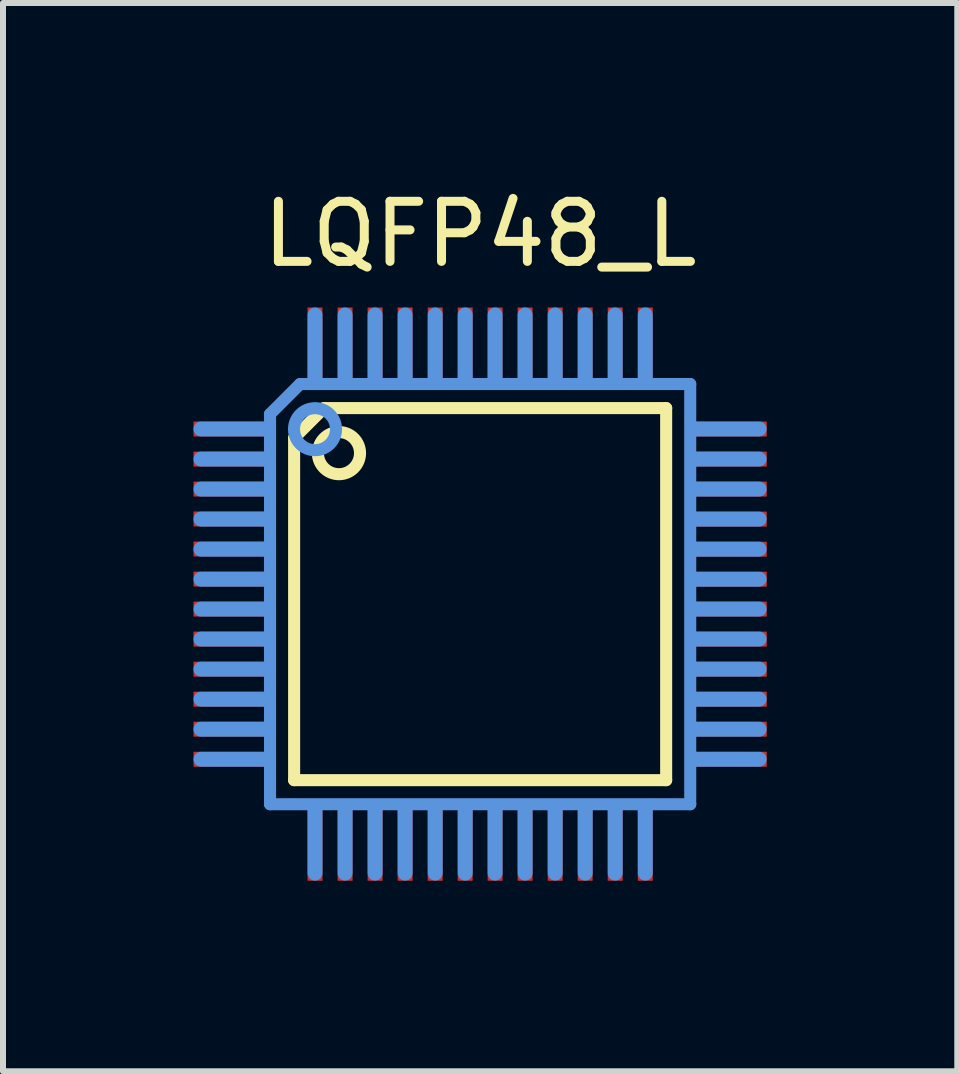
<source format=kicad_pcb>
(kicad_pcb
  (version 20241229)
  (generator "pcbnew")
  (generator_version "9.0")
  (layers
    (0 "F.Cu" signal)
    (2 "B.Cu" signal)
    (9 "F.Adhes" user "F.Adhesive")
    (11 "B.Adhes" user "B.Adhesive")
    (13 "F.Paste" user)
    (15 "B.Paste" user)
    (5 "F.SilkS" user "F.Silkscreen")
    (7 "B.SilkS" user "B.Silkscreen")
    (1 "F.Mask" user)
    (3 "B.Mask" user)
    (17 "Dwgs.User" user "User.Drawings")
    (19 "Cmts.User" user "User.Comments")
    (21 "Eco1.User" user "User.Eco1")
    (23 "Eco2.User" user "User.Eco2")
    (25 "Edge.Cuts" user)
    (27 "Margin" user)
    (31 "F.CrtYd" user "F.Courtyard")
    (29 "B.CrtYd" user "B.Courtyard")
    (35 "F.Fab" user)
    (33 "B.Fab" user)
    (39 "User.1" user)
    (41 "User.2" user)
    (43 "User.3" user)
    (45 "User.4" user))
  (footprint "LQFP48_L"
    (layer "F.Cu")
    (at 4.949 6.848)
    (property "Reference" "LQFP48_L" (at 0 -5.999 0) (layer "F.SilkS") (effects (font (size 1.001 1.001) (thickness 0.15))))
    (attr through_hole)
    (fp_line (start -3.099 -2.601) (end -3.099 3.099) (stroke (width 0.201) (type solid)) (layer "F.SilkS"))
    (fp_line (start -3.099 3.099) (end 3.099 3.099) (stroke (width 0.201) (type solid)) (layer "F.SilkS"))
    (fp_line (start -2.601 -3.099) (end -3.099 -2.601) (stroke (width 0.201) (type solid)) (layer "F.SilkS"))
    (fp_line (start 3.099 -3.099) (end -2.601 -3.099) (stroke (width 0.201) (type solid)) (layer "F.SilkS"))
    (fp_line (start 3.099 3.099) (end 3.099 -3.099) (stroke (width 0.201) (type solid)) (layer "F.SilkS"))
    (fp_circle (center -2.352 -2.349) (end -2.703 -2.349) (stroke (width 0.201) (type solid)) (fill no) (layer "F.SilkS"))
    (fp_line (start -3.551 -2.751) (end -4.651 -2.751) (stroke (width 0.249) (type solid)) (layer "Cmts.User"))
    (fp_line (start -3.551 -2.25) (end -4.651 -2.25) (stroke (width 0.249) (type solid)) (layer "Cmts.User"))
    (fp_line (start -3.551 -1.75) (end -4.651 -1.75) (stroke (width 0.249) (type solid)) (layer "Cmts.User"))
    (fp_line (start -3.551 -1.25) (end -4.651 -1.25) (stroke (width 0.249) (type solid)) (layer "Cmts.User"))
    (fp_line (start -3.551 -0.749) (end -4.651 -0.749) (stroke (width 0.249) (type solid)) (layer "Cmts.User"))
    (fp_line (start -3.551 -0.249) (end -4.651 -0.249) (stroke (width 0.249) (type solid)) (layer "Cmts.User"))
    (fp_line (start -3.551 0.249) (end -4.651 0.249) (stroke (width 0.249) (type solid)) (layer "Cmts.User"))
    (fp_line (start -3.551 0.749) (end -4.651 0.749) (stroke (width 0.249) (type solid)) (layer "Cmts.User"))
    (fp_line (start -3.551 1.25) (end -4.651 1.25) (stroke (width 0.249) (type solid)) (layer "Cmts.User"))
    (fp_line (start -3.551 1.75) (end -4.651 1.75) (stroke (width 0.249) (type solid)) (layer "Cmts.User"))
    (fp_line (start -3.551 2.25) (end -4.651 2.25) (stroke (width 0.249) (type solid)) (layer "Cmts.User"))
    (fp_line (start -3.551 2.751) (end -4.651 2.751) (stroke (width 0.249) (type solid)) (layer "Cmts.User"))
    (fp_line (start -3.5 -3) (end -3.5 3.5) (stroke (width 0.201) (type solid)) (layer "Cmts.User"))
    (fp_line (start -3.5 3.5) (end 3.5 3.5) (stroke (width 0.201) (type solid)) (layer "Cmts.User"))
    (fp_line (start -3 -3.5) (end -3.5 -3) (stroke (width 0.201) (type solid)) (layer "Cmts.User"))
    (fp_line (start -2.751 -3.551) (end -2.751 -4.651) (stroke (width 0.249) (type solid)) (layer "Cmts.User"))
    (fp_line (start -2.751 4.648) (end -2.751 3.548) (stroke (width 0.249) (type solid)) (layer "Cmts.User"))
    (fp_line (start -2.25 -3.551) (end -2.25 -4.651) (stroke (width 0.249) (type solid)) (layer "Cmts.User"))
    (fp_line (start -2.25 4.648) (end -2.25 3.548) (stroke (width 0.249) (type solid)) (layer "Cmts.User"))
    (fp_line (start -1.75 -3.551) (end -1.75 -4.651) (stroke (width 0.249) (type solid)) (layer "Cmts.User"))
    (fp_line (start -1.75 4.648) (end -1.75 3.548) (stroke (width 0.249) (type solid)) (layer "Cmts.User"))
    (fp_line (start -1.25 -3.551) (end -1.25 -4.651) (stroke (width 0.249) (type solid)) (layer "Cmts.User"))
    (fp_line (start -1.25 4.648) (end -1.25 3.548) (stroke (width 0.249) (type solid)) (layer "Cmts.User"))
    (fp_line (start -0.749 -3.551) (end -0.749 -4.651) (stroke (width 0.249) (type solid)) (layer "Cmts.User"))
    (fp_line (start -0.749 4.648) (end -0.749 3.548) (stroke (width 0.249) (type solid)) (layer "Cmts.User"))
    (fp_line (start -0.249 -3.551) (end -0.249 -4.651) (stroke (width 0.249) (type solid)) (layer "Cmts.User"))
    (fp_line (start -0.249 4.648) (end -0.249 3.548) (stroke (width 0.249) (type solid)) (layer "Cmts.User"))
    (fp_line (start 0.249 -3.551) (end 0.249 -4.651) (stroke (width 0.249) (type solid)) (layer "Cmts.User"))
    (fp_line (start 0.249 4.648) (end 0.249 3.548) (stroke (width 0.249) (type solid)) (layer "Cmts.User"))
    (fp_line (start 0.749 -3.551) (end 0.749 -4.651) (stroke (width 0.249) (type solid)) (layer "Cmts.User"))
    (fp_line (start 0.749 4.648) (end 0.749 3.548) (stroke (width 0.249) (type solid)) (layer "Cmts.User"))
    (fp_line (start 1.25 -3.551) (end 1.25 -4.651) (stroke (width 0.249) (type solid)) (layer "Cmts.User"))
    (fp_line (start 1.25 4.648) (end 1.25 3.548) (stroke (width 0.249) (type solid)) (layer "Cmts.User"))
    (fp_line (start 1.75 -3.551) (end 1.75 -4.651) (stroke (width 0.249) (type solid)) (layer "Cmts.User"))
    (fp_line (start 1.75 4.648) (end 1.75 3.548) (stroke (width 0.249) (type solid)) (layer "Cmts.User"))
    (fp_line (start 2.25 -3.551) (end 2.25 -4.651) (stroke (width 0.249) (type solid)) (layer "Cmts.User"))
    (fp_line (start 2.25 4.648) (end 2.25 3.548) (stroke (width 0.249) (type solid)) (layer "Cmts.User"))
    (fp_line (start 2.751 -3.551) (end 2.751 -4.651) (stroke (width 0.249) (type solid)) (layer "Cmts.User"))
    (fp_line (start 2.751 4.648) (end 2.751 3.548) (stroke (width 0.249) (type solid)) (layer "Cmts.User"))
    (fp_line (start 3.5 -3.5) (end -3 -3.5) (stroke (width 0.201) (type solid)) (layer "Cmts.User"))
    (fp_line (start 3.5 3.5) (end 3.5 -3.5) (stroke (width 0.201) (type solid)) (layer "Cmts.User"))
    (fp_line (start 4.648 -2.751) (end 3.548 -2.751) (stroke (width 0.249) (type solid)) (layer "Cmts.User"))
    (fp_line (start 4.648 -2.25) (end 3.548 -2.25) (stroke (width 0.249) (type solid)) (layer "Cmts.User"))
    (fp_line (start 4.648 -1.75) (end 3.548 -1.75) (stroke (width 0.249) (type solid)) (layer "Cmts.User"))
    (fp_line (start 4.648 -1.25) (end 3.548 -1.25) (stroke (width 0.249) (type solid)) (layer "Cmts.User"))
    (fp_line (start 4.648 -0.749) (end 3.548 -0.749) (stroke (width 0.249) (type solid)) (layer "Cmts.User"))
    (fp_line (start 4.648 -0.249) (end 3.548 -0.249) (stroke (width 0.249) (type solid)) (layer "Cmts.User"))
    (fp_line (start 4.648 0.249) (end 3.548 0.249) (stroke (width 0.249) (type solid)) (layer "Cmts.User"))
    (fp_line (start 4.648 0.749) (end 3.548 0.749) (stroke (width 0.249) (type solid)) (layer "Cmts.User"))
    (fp_line (start 4.648 1.25) (end 3.548 1.25) (stroke (width 0.249) (type solid)) (layer "Cmts.User"))
    (fp_line (start 4.648 1.75) (end 3.548 1.75) (stroke (width 0.249) (type solid)) (layer "Cmts.User"))
    (fp_line (start 4.648 2.25) (end 3.548 2.25) (stroke (width 0.249) (type solid)) (layer "Cmts.User"))
    (fp_line (start 4.648 2.751) (end 3.548 2.751) (stroke (width 0.249) (type solid)) (layer "Cmts.User"))
    (fp_circle (center -2.751 -2.748) (end -3.101 -2.748) (stroke (width 0.201) (type solid)) (fill no) (layer "Cmts.User"))
    (fp_line (start -4.9 -4.9) (end -4.9 4.9) (stroke (width 0.099) (type solid)) (layer "Eco1.User"))
    (fp_line (start -4.9 4.9) (end 4.9 4.9) (stroke (width 0.099) (type solid)) (layer "Eco1.User"))
    (fp_line (start 4.9 -4.9) (end -4.9 -4.9) (stroke (width 0.099) (type solid)) (layer "Eco1.User"))
    (fp_line (start 4.9 4.9) (end 4.9 -4.9) (stroke (width 0.099) (type solid)) (layer "Eco1.User"))
    (pad "1" smd rect (at -4.15 -2.751) (size 1.25 0.249) (layers "F.Cu" "F.Mask" "F.Paste"))
    (pad "2" smd rect (at -4.15 -2.25) (size 1.25 0.249) (layers "F.Cu" "F.Mask" "F.Paste"))
    (pad "3" smd rect (at -4.15 -1.75) (size 1.25 0.249) (layers "F.Cu" "F.Mask" "F.Paste"))
    (pad "4" smd rect (at -4.15 -1.252) (size 1.25 0.249) (layers "F.Cu" "F.Mask" "F.Paste"))
    (pad "5" smd rect (at -4.15 -0.752) (size 1.25 0.249) (layers "F.Cu" "F.Mask" "F.Paste"))
    (pad "6" smd rect (at -4.15 -0.251) (size 1.25 0.249) (layers "F.Cu" "F.Mask" "F.Paste"))
    (pad "7" smd rect (at -4.15 0.249) (size 1.25 0.249) (layers "F.Cu" "F.Mask" "F.Paste"))
    (pad "8" smd rect (at -4.15 0.749) (size 1.25 0.249) (layers "F.Cu" "F.Mask" "F.Paste"))
    (pad "9" smd rect (at -4.15 1.25) (size 1.25 0.249) (layers "F.Cu" "F.Mask" "F.Paste"))
    (pad "10" smd rect (at -4.15 1.75) (size 1.25 0.249) (layers "F.Cu" "F.Mask" "F.Paste"))
    (pad "11" smd rect (at -4.15 2.25) (size 1.25 0.249) (layers "F.Cu" "F.Mask" "F.Paste"))
    (pad "12" smd rect (at -4.15 2.751) (size 1.25 0.249) (layers "F.Cu" "F.Mask" "F.Paste"))
    (pad "13" smd rect (at -2.751 4.15 90) (size 1.25 0.249) (layers "F.Cu" "F.Mask" "F.Paste"))
    (pad "14" smd rect (at -2.25 4.15 90) (size 1.25 0.249) (layers "F.Cu" "F.Mask" "F.Paste"))
    (pad "15" smd rect (at -1.75 4.15 90) (size 1.25 0.249) (layers "F.Cu" "F.Mask" "F.Paste"))
    (pad "16" smd rect (at -1.25 4.15 90) (size 1.25 0.249) (layers "F.Cu" "F.Mask" "F.Paste"))
    (pad "17" smd rect (at -0.749 4.15 90) (size 1.25 0.249) (layers "F.Cu" "F.Mask" "F.Paste"))
    (pad "18" smd rect (at -0.249 4.15 90) (size 1.25 0.249) (layers "F.Cu" "F.Mask" "F.Paste"))
    (pad "19" smd rect (at 0.249 4.15 90) (size 1.25 0.249) (layers "F.Cu" "F.Mask" "F.Paste"))
    (pad "20" smd rect (at 0.749 4.15 90) (size 1.25 0.249) (layers "F.Cu" "F.Mask" "F.Paste"))
    (pad "21" smd rect (at 1.25 4.15 90) (size 1.25 0.249) (layers "F.Cu" "F.Mask" "F.Paste"))
    (pad "22" smd rect (at 1.75 4.15 90) (size 1.25 0.249) (layers "F.Cu" "F.Mask" "F.Paste"))
    (pad "23" smd rect (at 2.25 4.15 90) (size 1.25 0.249) (layers "F.Cu" "F.Mask" "F.Paste"))
    (pad "24" smd rect (at 2.751 4.15 90) (size 1.25 0.249) (layers "F.Cu" "F.Mask" "F.Paste"))
    (pad "25" smd rect (at 4.15 2.751 180) (size 1.25 0.249) (layers "F.Cu" "F.Mask" "F.Paste"))
    (pad "26" smd rect (at 4.15 2.25 180) (size 1.25 0.249) (layers "F.Cu" "F.Mask" "F.Paste"))
    (pad "27" smd rect (at 4.15 1.75 180) (size 1.25 0.249) (layers "F.Cu" "F.Mask" "F.Paste"))
    (pad "28" smd rect (at 4.15 1.25 180) (size 1.25 0.249) (layers "F.Cu" "F.Mask" "F.Paste"))
    (pad "29" smd rect (at 4.15 0.749 180) (size 1.25 0.249) (layers "F.Cu" "F.Mask" "F.Paste"))
    (pad "30" smd rect (at 4.15 0.249 180) (size 1.25 0.249) (layers "F.Cu" "F.Mask" "F.Paste"))
    (pad "31" smd rect (at 4.15 -0.249 180) (size 1.25 0.249) (layers "F.Cu" "F.Mask" "F.Paste"))
    (pad "32" smd rect (at 4.15 -0.749 180) (size 1.25 0.249) (layers "F.Cu" "F.Mask" "F.Paste"))
    (pad "33" smd rect (at 4.15 -1.25 180) (size 1.25 0.249) (layers "F.Cu" "F.Mask" "F.Paste"))
    (pad "34" smd rect (at 4.15 -1.75 180) (size 1.25 0.249) (layers "F.Cu" "F.Mask" "F.Paste"))
    (pad "35" smd rect (at 4.15 -2.25 180) (size 1.25 0.249) (layers "F.Cu" "F.Mask" "F.Paste"))
    (pad "36" smd rect (at 4.15 -2.751 180) (size 1.25 0.249) (layers "F.Cu" "F.Mask" "F.Paste"))
    (pad "37" smd rect (at 2.751 -4.15 270) (size 1.25 0.249) (layers "F.Cu" "F.Mask" "F.Paste"))
    (pad "38" smd rect (at 2.25 -4.15 270) (size 1.25 0.249) (layers "F.Cu" "F.Mask" "F.Paste"))
    (pad "39" smd rect (at 1.75 -4.15 270) (size 1.25 0.249) (layers "F.Cu" "F.Mask" "F.Paste"))
    (pad "40" smd rect (at 1.25 -4.15 270) (size 1.25 0.249) (layers "F.Cu" "F.Mask" "F.Paste"))
    (pad "41" smd rect (at 0.749 -4.15 270) (size 1.25 0.249) (layers "F.Cu" "F.Mask" "F.Paste"))
    (pad "42" smd rect (at 0.249 -4.15 270) (size 1.25 0.249) (layers "F.Cu" "F.Mask" "F.Paste"))
    (pad "43" smd rect (at -0.249 -4.15 270) (size 1.25 0.249) (layers "F.Cu" "F.Mask" "F.Paste"))
    (pad "44" smd rect (at -0.749 -4.15 270) (size 1.25 0.249) (layers "F.Cu" "F.Mask" "F.Paste"))
    (pad "45" smd rect (at -1.25 -4.15 270) (size 1.25 0.249) (layers "F.Cu" "F.Mask" "F.Paste"))
    (pad "46" smd rect (at -1.75 -4.15 270) (size 1.25 0.249) (layers "F.Cu" "F.Mask" "F.Paste"))
    (pad "47" smd rect (at -2.25 -4.15 270) (size 1.25 0.249) (layers "F.Cu" "F.Mask" "F.Paste"))
    (pad "48" smd rect (at -2.751 -4.15 270) (size 1.25 0.249) (layers "F.Cu" "F.Mask" "F.Paste")))
  (gr_rect
    (start -3 -3)
    (end 12.898 14.797)
    (stroke (width 0.1) (type default))
    (fill no)
    (layer "Edge.Cuts")))
</source>
